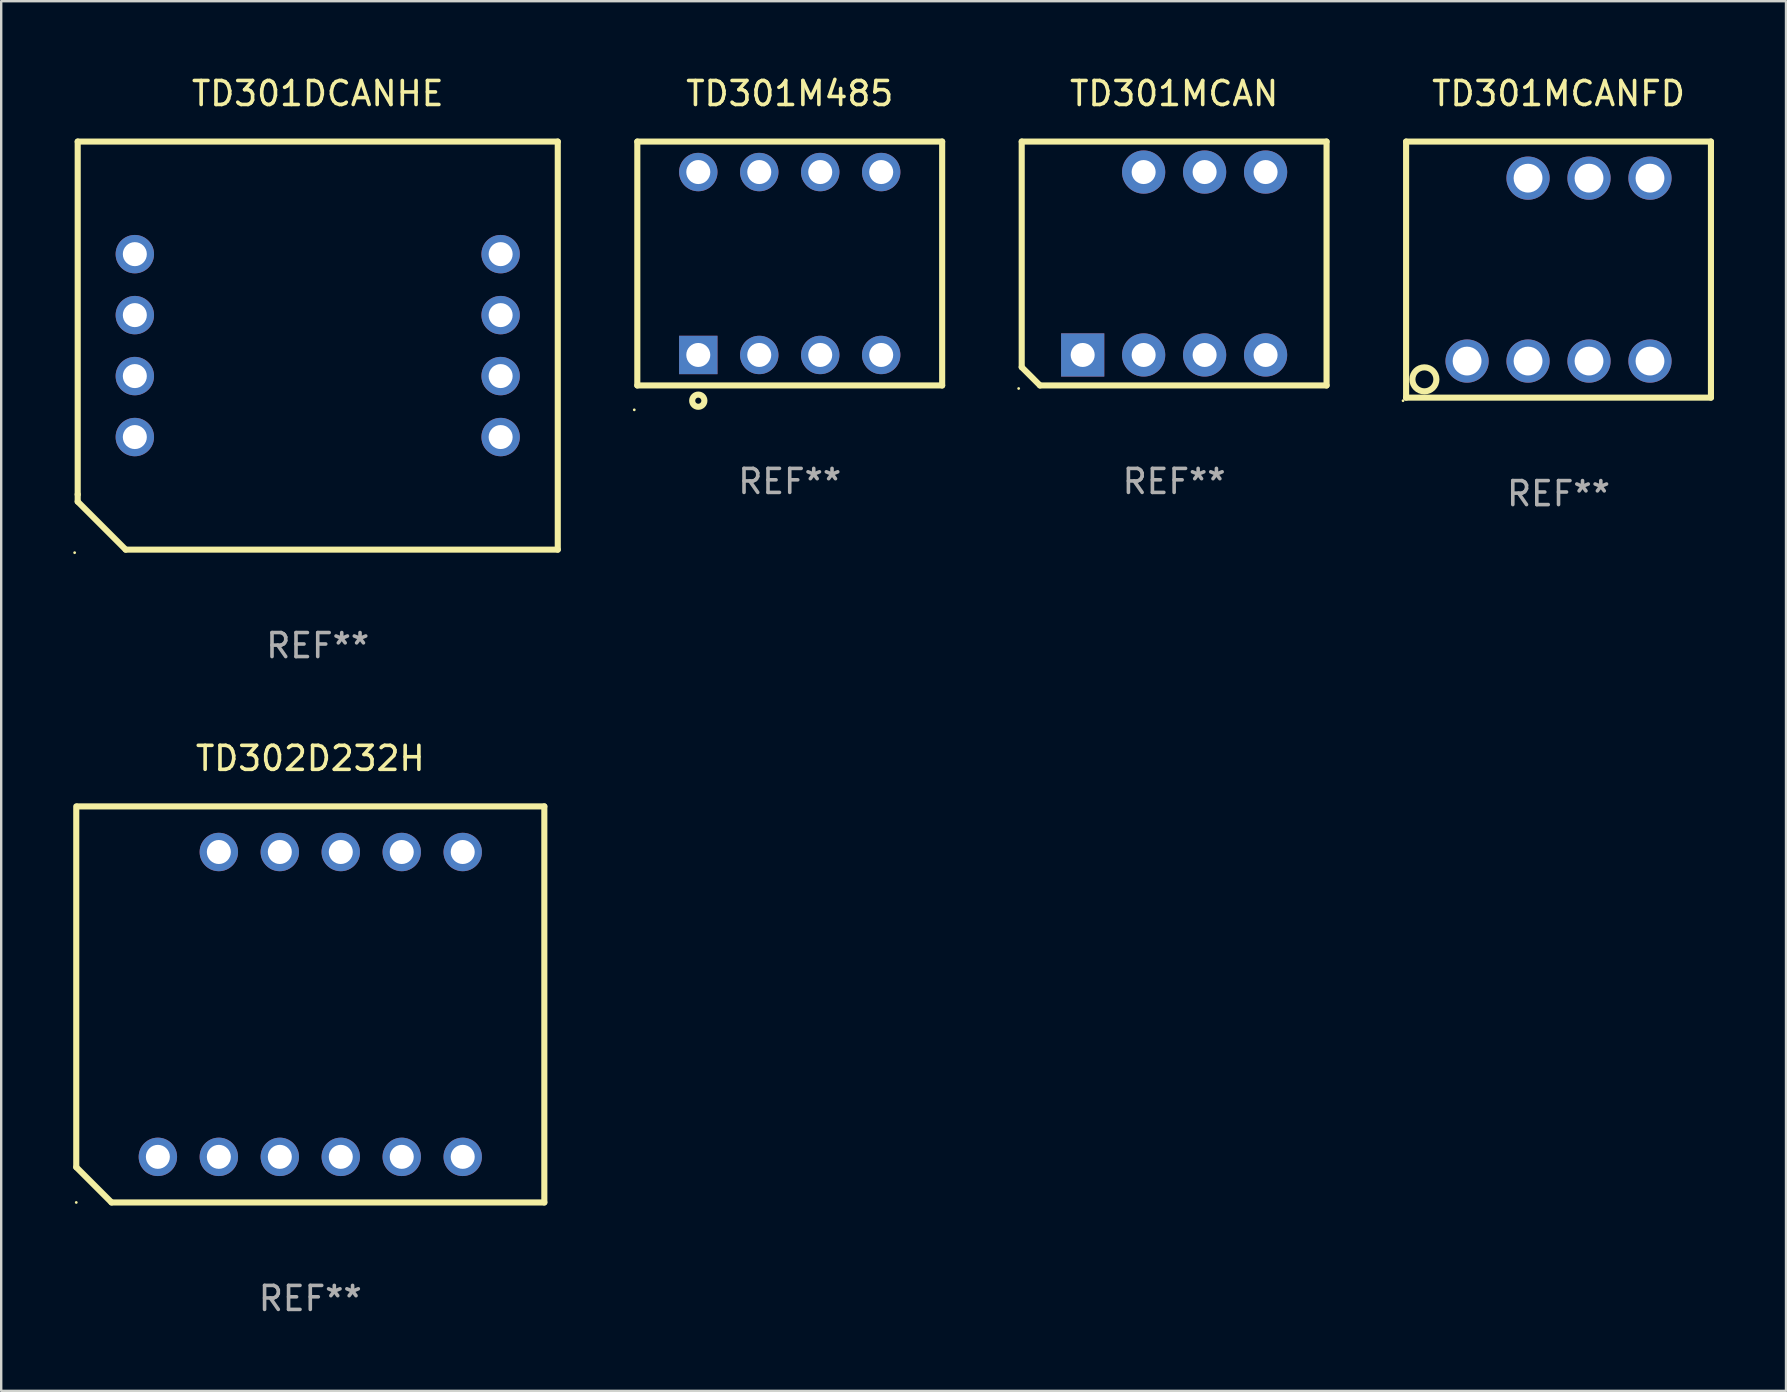
<source format=kicad_pcb>
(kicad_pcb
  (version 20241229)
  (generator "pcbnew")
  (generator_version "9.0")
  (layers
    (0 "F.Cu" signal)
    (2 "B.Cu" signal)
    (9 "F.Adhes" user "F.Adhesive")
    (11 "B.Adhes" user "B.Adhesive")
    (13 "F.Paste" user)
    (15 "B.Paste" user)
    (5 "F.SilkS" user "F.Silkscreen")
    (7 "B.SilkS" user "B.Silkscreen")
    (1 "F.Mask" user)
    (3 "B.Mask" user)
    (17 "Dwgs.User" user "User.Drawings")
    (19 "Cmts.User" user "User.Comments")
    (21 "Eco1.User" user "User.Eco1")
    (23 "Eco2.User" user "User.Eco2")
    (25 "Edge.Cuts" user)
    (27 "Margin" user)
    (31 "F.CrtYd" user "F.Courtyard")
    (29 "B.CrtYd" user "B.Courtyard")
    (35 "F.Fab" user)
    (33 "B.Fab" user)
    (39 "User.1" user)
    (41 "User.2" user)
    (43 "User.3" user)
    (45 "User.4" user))
  (footprint "TD301DCANHE"
    (layer "F.Cu")
    (at 10.187 11.348)
    (property "Reference" "TD301DCANHE" (at 0 -10.5 0) (layer "F.SilkS") (effects (font (size 1 1) (thickness 0.15))))
    (attr through_hole)
    (fp_line (start -10 -8.5) (end -10 6.2) (stroke (width 0.254) (type solid)) (layer "F.SilkS"))
    (fp_line (start -10 -8.5) (end 10 -8.5) (stroke (width 0.254) (type solid)) (layer "F.SilkS"))
    (fp_line (start -10 6.5) (end -10 6.2) (stroke (width 0.254) (type solid)) (layer "F.SilkS"))
    (fp_line (start -8 8.5) (end -10 6.5) (stroke (width 0.254) (type solid)) (layer "F.SilkS"))
    (fp_line (start -8 8.5) (end 10 8.5) (stroke (width 0.254) (type solid)) (layer "F.SilkS"))
    (fp_line (start 10 -8.5) (end 10 8.5) (stroke (width 0.254) (type solid)) (layer "F.SilkS"))
    (fp_circle (center -10.127 8.627) (end -10.097 8.627) (stroke (width 0.06) (type solid)) (fill no) (layer "F.SilkS"))
    (fp_text user "REF**" (at 0 12.5 0) (layer "F.Fab") (effects (font (size 1 1) (thickness 0.15))))
    (pad "1" thru_hole circle (at -7.62 3.81) (size 1.6 1.6) (drill 1) (layers "*.Cu" "*.Mask"))
    (pad "2" thru_hole circle (at -7.62 1.27) (size 1.6 1.6) (drill 1) (layers "*.Cu" "*.Mask"))
    (pad "3" thru_hole circle (at -7.62 -1.27) (size 1.6 1.6) (drill 1) (layers "*.Cu" "*.Mask"))
    (pad "4" thru_hole circle (at -7.62 -3.81) (size 1.6 1.6) (drill 1) (layers "*.Cu" "*.Mask"))
    (pad "5" thru_hole circle (at 7.62 -3.81) (size 1.6 1.6) (drill 1) (layers "*.Cu" "*.Mask"))
    (pad "6" thru_hole circle (at 7.62 -1.27) (size 1.6 1.6) (drill 1) (layers "*.Cu" "*.Mask"))
    (pad "7" thru_hole circle (at 7.62 1.27) (size 1.6 1.6) (drill 1) (layers "*.Cu" "*.Mask"))
    (pad "8" thru_hole circle (at 7.62 3.81) (size 1.6 1.6) (drill 1) (layers "*.Cu" "*.Mask")))
  (footprint "TD301M485"
    (layer "F.Cu")
    (at 29.851 7.928)
    (property "Reference" "TD301M485" (at 0 -7.08 0) (layer "F.SilkS") (effects (font (size 1 1) (thickness 0.15))))
    (attr through_hole)
    (fp_line (start -6.35 -5.08) (end -6.35 5.08) (stroke (width 0.254) (type solid)) (layer "F.SilkS"))
    (fp_line (start -6.35 -5.08) (end 6.35 -5.08) (stroke (width 0.254) (type solid)) (layer "F.SilkS"))
    (fp_line (start -6.35 5.08) (end 6.35 5.08) (stroke (width 0.254) (type solid)) (layer "F.SilkS"))
    (fp_line (start 6.35 -5.08) (end 6.35 5.08) (stroke (width 0.254) (type solid)) (layer "F.SilkS"))
    (fp_circle (center -6.477 6.096) (end -6.447 6.096) (stroke (width 0.06) (type solid)) (fill no) (layer "F.SilkS"))
    (fp_circle (center -3.81 5.715) (end -3.556 5.715) (stroke (width 0.254) (type solid)) (fill no) (layer "F.SilkS"))
    (fp_text user "REF**" (at 0 9.08 0) (layer "F.Fab") (effects (font (size 1 1) (thickness 0.15))))
    (pad "1" thru_hole rect (at -3.81 3.81) (size 1.6 1.6) (drill 1) (layers "*.Cu" "*.Mask"))
    (pad "2" thru_hole circle (at -1.27 3.81) (size 1.6 1.6) (drill 1) (layers "*.Cu" "*.Mask"))
    (pad "3" thru_hole circle (at 1.27 3.81) (size 1.6 1.6) (drill 1) (layers "*.Cu" "*.Mask"))
    (pad "4" thru_hole circle (at 3.81 3.81) (size 1.6 1.6) (drill 1) (layers "*.Cu" "*.Mask"))
    (pad "5" thru_hole circle (at 3.81 -3.81) (size 1.6 1.6) (drill 1) (layers "*.Cu" "*.Mask"))
    (pad "6" thru_hole circle (at 1.27 -3.81) (size 1.6 1.6) (drill 1) (layers "*.Cu" "*.Mask"))
    (pad "7" thru_hole circle (at -1.27 -3.81) (size 1.6 1.6) (drill 1) (layers "*.Cu" "*.Mask"))
    (pad "8" thru_hole circle (at -3.81 -3.81) (size 1.6 1.6) (drill 1) (layers "*.Cu" "*.Mask")))
  (footprint "TD302D232H"
    (layer "F.Cu")
    (at 9.877 38.795)
    (property "Reference" "TD302D232H" (at 0 -10.25 0) (layer "F.SilkS") (effects (font (size 1 1) (thickness 0.15))))
    (attr through_hole)
    (fp_line (start -9.75 -8.25) (end -9.75 6.78) (stroke (width 0.254) (type solid)) (layer "F.SilkS"))
    (fp_line (start -9.75 6.78) (end -8.28 8.25) (stroke (width 0.254) (type solid)) (layer "F.SilkS"))
    (fp_line (start -8.28 8.25) (end 9.75 8.25) (stroke (width 0.254) (type solid)) (layer "F.SilkS"))
    (fp_line (start 9.75 -8.25) (end -9.71 -8.25) (stroke (width 0.254) (type solid)) (layer "F.SilkS"))
    (fp_line (start 9.75 8.25) (end 9.75 -8.25) (stroke (width 0.254) (type solid)) (layer "F.SilkS"))
    (fp_circle (center -9.75 8.25) (end -9.72 8.25) (stroke (width 0.06) (type solid)) (fill no) (layer "F.SilkS"))
    (fp_text user "REF**" (at 0 12.25 0) (layer "F.Fab") (effects (font (size 1 1) (thickness 0.15))))
    (pad "1" thru_hole circle (at -6.35 6.35) (size 1.6 1.6) (drill 1) (layers "*.Cu" "*.Mask"))
    (pad "2" thru_hole circle (at -3.81 6.35) (size 1.6 1.6) (drill 1) (layers "*.Cu" "*.Mask"))
    (pad "3" thru_hole circle (at -1.27 6.35) (size 1.6 1.6) (drill 1) (layers "*.Cu" "*.Mask"))
    (pad "4" thru_hole circle (at 1.27 6.35) (size 1.6 1.6) (drill 1) (layers "*.Cu" "*.Mask"))
    (pad "5" thru_hole circle (at 3.81 6.35) (size 1.6 1.6) (drill 1) (layers "*.Cu" "*.Mask"))
    (pad "6" thru_hole circle (at 6.35 6.35) (size 1.6 1.6) (drill 1) (layers "*.Cu" "*.Mask"))
    (pad "7" thru_hole circle (at 6.35 -6.35) (size 1.6 1.6) (drill 1) (layers "*.Cu" "*.Mask"))
    (pad "8" thru_hole circle (at 3.81 -6.35) (size 1.6 1.6) (drill 1) (layers "*.Cu" "*.Mask"))
    (pad "9" thru_hole circle (at 1.27 -6.35) (size 1.6 1.6) (drill 1) (layers "*.Cu" "*.Mask"))
    (pad "10" thru_hole circle (at -1.27 -6.35) (size 1.6 1.6) (drill 1) (layers "*.Cu" "*.Mask"))
    (pad "11" thru_hole circle (at -3.81 -6.35) (size 1.6 1.6) (drill 1) (layers "*.Cu" "*.Mask")))
  (footprint "TD301MCAN"
    (layer "F.Cu")
    (at 45.865 7.928)
    (property "Reference" "TD301MCAN" (at 0 -7.08 0) (layer "F.SilkS") (effects (font (size 1 1) (thickness 0.15))))
    (attr through_hole)
    (fp_line (start -6.35 -5.08) (end 6.35 -5.08) (stroke (width 0.254) (type solid)) (layer "F.SilkS"))
    (fp_line (start -6.35 4.318) (end -6.35 -5.08) (stroke (width 0.254) (type solid)) (layer "F.SilkS"))
    (fp_line (start -5.588 5.08) (end -6.35 4.318) (stroke (width 0.254) (type solid)) (layer "F.SilkS"))
    (fp_line (start 6.35 -5.08) (end 6.35 5.08) (stroke (width 0.254) (type solid)) (layer "F.SilkS"))
    (fp_line (start 6.35 5.08) (end -5.588 5.08) (stroke (width 0.254) (type solid)) (layer "F.SilkS"))
    (fp_circle (center -6.477 5.207) (end -6.447 5.207) (stroke (width 0.06) (type solid)) (fill no) (layer "F.SilkS"))
    (fp_text user "REF**" (at 0 9.08 0) (layer "F.Fab") (effects (font (size 1 1) (thickness 0.15))))
    (pad "1" thru_hole rect (at -3.81 3.81) (size 1.8 1.8) (drill 1) (layers "*.Cu" "*.Mask"))
    (pad "2" thru_hole circle (at -1.27 3.81) (size 1.8 1.8) (drill 1) (layers "*.Cu" "*.Mask"))
    (pad "3" thru_hole circle (at 1.27 3.81) (size 1.8 1.8) (drill 1) (layers "*.Cu" "*.Mask"))
    (pad "4" thru_hole circle (at 3.81 3.81) (size 1.8 1.8) (drill 1) (layers "*.Cu" "*.Mask"))
    (pad "5" thru_hole circle (at 3.81 -3.81) (size 1.8 1.8) (drill 1) (layers "*.Cu" "*.Mask"))
    (pad "6" thru_hole circle (at 1.27 -3.81) (size 1.8 1.8) (drill 1) (layers "*.Cu" "*.Mask"))
    (pad "7" thru_hole circle (at -1.27 -3.81) (size 1.8 1.8) (drill 1) (layers "*.Cu" "*.Mask")))
  (footprint "TD301MCANFD"
    (layer "F.Cu")
    (at 61.879 8.182)
    (property "Reference" "TD301MCANFD" (at 0 -7.334 0) (layer "F.SilkS") (effects (font (size 1 1) (thickness 0.15))))
    (attr through_hole)
    (fp_line (start -6.35 -5.334) (end 6.35 -5.334) (stroke (width 0.254) (type solid)) (layer "F.SilkS"))
    (fp_line (start -6.35 5.334) (end -6.35 -5.334) (stroke (width 0.254) (type solid)) (layer "F.SilkS"))
    (fp_line (start 6.35 -5.334) (end 6.35 5.334) (stroke (width 0.254) (type solid)) (layer "F.SilkS"))
    (fp_line (start 6.35 5.334) (end -6.35 5.334) (stroke (width 0.254) (type solid)) (layer "F.SilkS"))
    (fp_circle (center -6.477 5.461) (end -6.447 5.461) (stroke (width 0.06) (type solid)) (fill no) (layer "F.SilkS"))
    (fp_circle (center -5.588 4.572) (end -5.088 4.572) (stroke (width 0.254) (type solid)) (fill no) (layer "F.SilkS"))
    (fp_text user "REF**" (at 0 9.334 0) (layer "F.Fab") (effects (font (size 1 1) (thickness 0.15))))
    (pad "1" thru_hole circle (at -3.81 3.81) (size 1.8 1.8) (drill 1.2) (layers "*.Cu" "*.Mask"))
    (pad "2" thru_hole circle (at -1.27 3.81) (size 1.8 1.8) (drill 1.2) (layers "*.Cu" "*.Mask"))
    (pad "3" thru_hole circle (at 1.27 3.81) (size 1.8 1.8) (drill 1.2) (layers "*.Cu" "*.Mask"))
    (pad "4" thru_hole circle (at 3.81 3.81) (size 1.8 1.8) (drill 1.2) (layers "*.Cu" "*.Mask"))
    (pad "5" thru_hole circle (at 3.81 -3.81) (size 1.8 1.8) (drill 1.2) (layers "*.Cu" "*.Mask"))
    (pad "6" thru_hole circle (at 1.27 -3.81) (size 1.8 1.8) (drill 1.2) (layers "*.Cu" "*.Mask"))
    (pad "7" thru_hole circle (at -1.27 -3.81) (size 1.8 1.8) (drill 1.2) (layers "*.Cu" "*.Mask")))
  (gr_rect
    (start -3 -3)
    (end 71.356 54.893)
    (stroke (width 0.1) (type default))
    (fill no)
    (layer "Edge.Cuts")))
</source>
